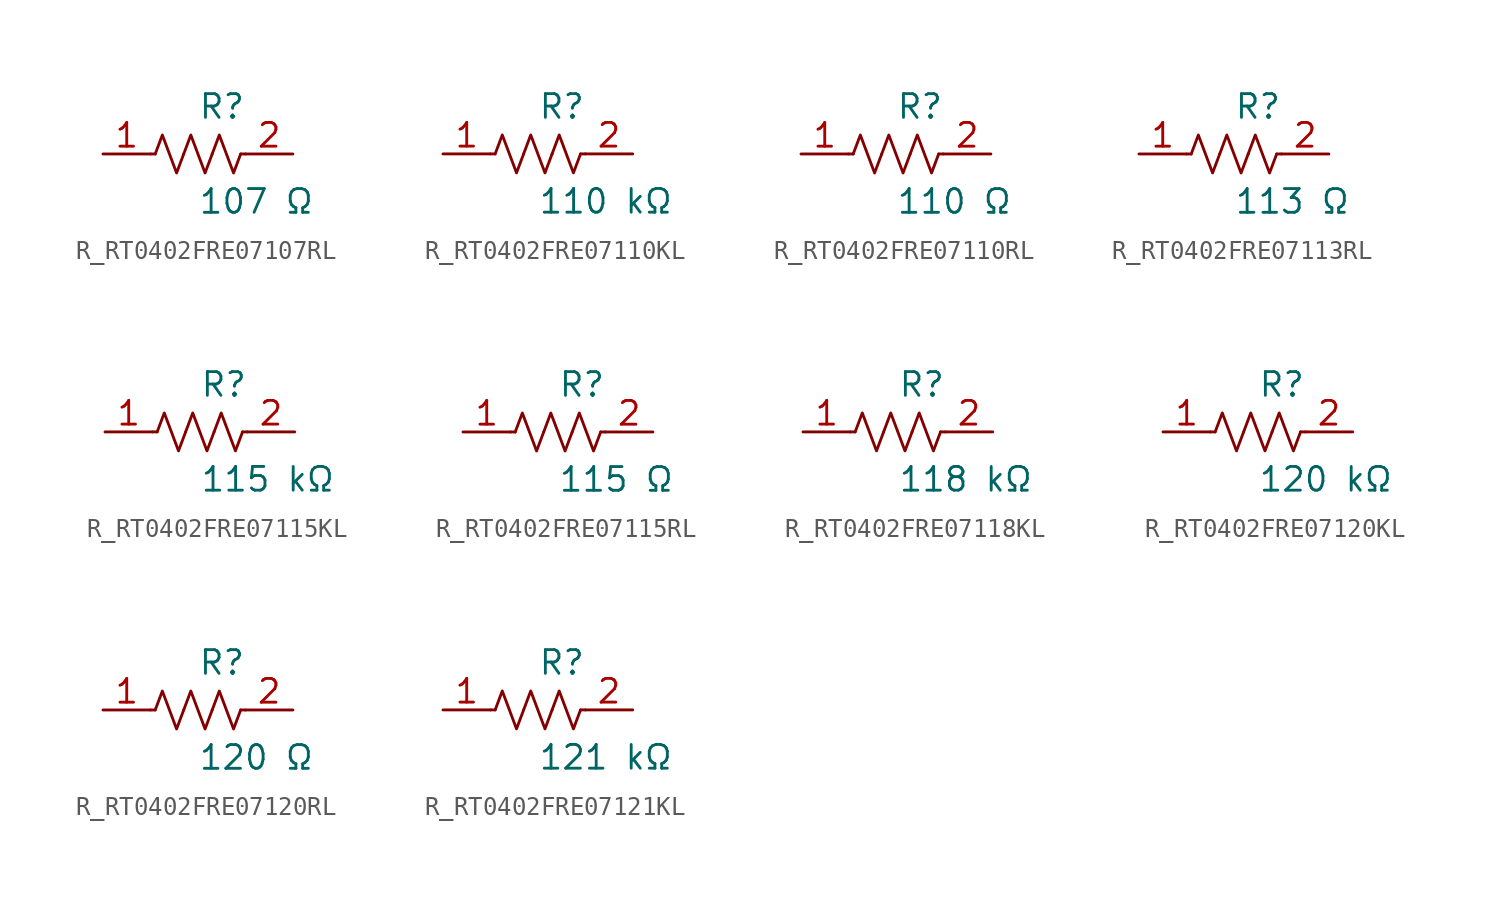
<source format=kicad_sym>
(kicad_symbol_lib
  (version 20231120)
  (generator kicad_symbol_editor)
  (generator_version 8.0)
  (symbol "R_RT0402FRE07107RL"
    (pin_names
      (offset 0.254))
    (property "Reference" "R"
      (at 0.0 2.54 0)
      (effects (font (size 1.27 1.27)) (justify left)))
    (property "Value" "107 Ω"
      (at 0.0 -2.54 0)
      (effects (font (size 1.27 1.27)) (justify left)))
    (symbol "R_RT0402FRE07107RL_0_1"
      (polyline (pts (xy 2.286 0) (xy 2.54 0)) (stroke (width 0) (type default)) (fill (type none)))
      (polyline (pts (xy -2.286 0) (xy -2.54 0)) (stroke (width 0) (type default)) (fill (type none)))
      (polyline (pts (xy 0.762 0) (xy 1.143 1.016) (xy 1.524 0) (xy 1.905 -1.016) (xy 2.286 0)) (stroke (width 0) (type default)) (fill (type none)))
      (polyline (pts (xy -0.762 0) (xy -0.381 1.016) (xy 0 0) (xy 0.381 -1.016) (xy 0.762 0)) (stroke (width 0) (type default)) (fill (type none)))
      (polyline (pts (xy -2.286 0) (xy -1.905 1.016) (xy -1.524 0) (xy -1.143 -1.016) (xy -0.762 0)) (stroke (width 0) (type default)) (fill (type none))))
    (pin unspecified line
      (at -5.08 0 0)
      (length 2.54)
      (name "" (effects (font (size 1.27 1.27))))
      (number "1" (effects (font (size 1.27 1.27)))))
    (pin unspecified line
      (at 5.08 0 180)
      (length 2.54)
      (name "" (effects (font (size 1.27 1.27))))
      (number "2" (effects (font (size 1.27 1.27))))))
  (symbol "R_RT0402FRE07110KL"
    (pin_names
      (offset 0.254))
    (property "Reference" "R"
      (at 0.0 2.54 0)
      (effects (font (size 1.27 1.27)) (justify left)))
    (property "Value" "110 kΩ"
      (at 0.0 -2.54 0)
      (effects (font (size 1.27 1.27)) (justify left)))
    (symbol "R_RT0402FRE07110KL_0_1"
      (polyline (pts (xy 2.286 0) (xy 2.54 0)) (stroke (width 0) (type default)) (fill (type none)))
      (polyline (pts (xy -2.286 0) (xy -2.54 0)) (stroke (width 0) (type default)) (fill (type none)))
      (polyline (pts (xy 0.762 0) (xy 1.143 1.016) (xy 1.524 0) (xy 1.905 -1.016) (xy 2.286 0)) (stroke (width 0) (type default)) (fill (type none)))
      (polyline (pts (xy -0.762 0) (xy -0.381 1.016) (xy 0 0) (xy 0.381 -1.016) (xy 0.762 0)) (stroke (width 0) (type default)) (fill (type none)))
      (polyline (pts (xy -2.286 0) (xy -1.905 1.016) (xy -1.524 0) (xy -1.143 -1.016) (xy -0.762 0)) (stroke (width 0) (type default)) (fill (type none))))
    (pin unspecified line
      (at -5.08 0 0)
      (length 2.54)
      (name "" (effects (font (size 1.27 1.27))))
      (number "1" (effects (font (size 1.27 1.27)))))
    (pin unspecified line
      (at 5.08 0 180)
      (length 2.54)
      (name "" (effects (font (size 1.27 1.27))))
      (number "2" (effects (font (size 1.27 1.27))))))
  (symbol "R_RT0402FRE07110RL"
    (pin_names
      (offset 0.254))
    (property "Reference" "R"
      (at 0.0 2.54 0)
      (effects (font (size 1.27 1.27)) (justify left)))
    (property "Value" "110 Ω"
      (at 0.0 -2.54 0)
      (effects (font (size 1.27 1.27)) (justify left)))
    (symbol "R_RT0402FRE07110RL_0_1"
      (polyline (pts (xy 2.286 0) (xy 2.54 0)) (stroke (width 0) (type default)) (fill (type none)))
      (polyline (pts (xy -2.286 0) (xy -2.54 0)) (stroke (width 0) (type default)) (fill (type none)))
      (polyline (pts (xy 0.762 0) (xy 1.143 1.016) (xy 1.524 0) (xy 1.905 -1.016) (xy 2.286 0)) (stroke (width 0) (type default)) (fill (type none)))
      (polyline (pts (xy -0.762 0) (xy -0.381 1.016) (xy 0 0) (xy 0.381 -1.016) (xy 0.762 0)) (stroke (width 0) (type default)) (fill (type none)))
      (polyline (pts (xy -2.286 0) (xy -1.905 1.016) (xy -1.524 0) (xy -1.143 -1.016) (xy -0.762 0)) (stroke (width 0) (type default)) (fill (type none))))
    (pin unspecified line
      (at -5.08 0 0)
      (length 2.54)
      (name "" (effects (font (size 1.27 1.27))))
      (number "1" (effects (font (size 1.27 1.27)))))
    (pin unspecified line
      (at 5.08 0 180)
      (length 2.54)
      (name "" (effects (font (size 1.27 1.27))))
      (number "2" (effects (font (size 1.27 1.27))))))
  (symbol "R_RT0402FRE07113RL"
    (pin_names
      (offset 0.254))
    (property "Reference" "R"
      (at 0.0 2.54 0)
      (effects (font (size 1.27 1.27)) (justify left)))
    (property "Value" "113 Ω"
      (at 0.0 -2.54 0)
      (effects (font (size 1.27 1.27)) (justify left)))
    (symbol "R_RT0402FRE07113RL_0_1"
      (polyline (pts (xy 2.286 0) (xy 2.54 0)) (stroke (width 0) (type default)) (fill (type none)))
      (polyline (pts (xy -2.286 0) (xy -2.54 0)) (stroke (width 0) (type default)) (fill (type none)))
      (polyline (pts (xy 0.762 0) (xy 1.143 1.016) (xy 1.524 0) (xy 1.905 -1.016) (xy 2.286 0)) (stroke (width 0) (type default)) (fill (type none)))
      (polyline (pts (xy -0.762 0) (xy -0.381 1.016) (xy 0 0) (xy 0.381 -1.016) (xy 0.762 0)) (stroke (width 0) (type default)) (fill (type none)))
      (polyline (pts (xy -2.286 0) (xy -1.905 1.016) (xy -1.524 0) (xy -1.143 -1.016) (xy -0.762 0)) (stroke (width 0) (type default)) (fill (type none))))
    (pin unspecified line
      (at -5.08 0 0)
      (length 2.54)
      (name "" (effects (font (size 1.27 1.27))))
      (number "1" (effects (font (size 1.27 1.27)))))
    (pin unspecified line
      (at 5.08 0 180)
      (length 2.54)
      (name "" (effects (font (size 1.27 1.27))))
      (number "2" (effects (font (size 1.27 1.27))))))
  (symbol "R_RT0402FRE07115KL"
    (pin_names
      (offset 0.254))
    (property "Reference" "R"
      (at 0.0 2.54 0)
      (effects (font (size 1.27 1.27)) (justify left)))
    (property "Value" "115 kΩ"
      (at 0.0 -2.54 0)
      (effects (font (size 1.27 1.27)) (justify left)))
    (symbol "R_RT0402FRE07115KL_0_1"
      (polyline (pts (xy 2.286 0) (xy 2.54 0)) (stroke (width 0) (type default)) (fill (type none)))
      (polyline (pts (xy -2.286 0) (xy -2.54 0)) (stroke (width 0) (type default)) (fill (type none)))
      (polyline (pts (xy 0.762 0) (xy 1.143 1.016) (xy 1.524 0) (xy 1.905 -1.016) (xy 2.286 0)) (stroke (width 0) (type default)) (fill (type none)))
      (polyline (pts (xy -0.762 0) (xy -0.381 1.016) (xy 0 0) (xy 0.381 -1.016) (xy 0.762 0)) (stroke (width 0) (type default)) (fill (type none)))
      (polyline (pts (xy -2.286 0) (xy -1.905 1.016) (xy -1.524 0) (xy -1.143 -1.016) (xy -0.762 0)) (stroke (width 0) (type default)) (fill (type none))))
    (pin unspecified line
      (at -5.08 0 0)
      (length 2.54)
      (name "" (effects (font (size 1.27 1.27))))
      (number "1" (effects (font (size 1.27 1.27)))))
    (pin unspecified line
      (at 5.08 0 180)
      (length 2.54)
      (name "" (effects (font (size 1.27 1.27))))
      (number "2" (effects (font (size 1.27 1.27))))))
  (symbol "R_RT0402FRE07115RL"
    (pin_names
      (offset 0.254))
    (property "Reference" "R"
      (at 0.0 2.54 0)
      (effects (font (size 1.27 1.27)) (justify left)))
    (property "Value" "115 Ω"
      (at 0.0 -2.54 0)
      (effects (font (size 1.27 1.27)) (justify left)))
    (symbol "R_RT0402FRE07115RL_0_1"
      (polyline (pts (xy 2.286 0) (xy 2.54 0)) (stroke (width 0) (type default)) (fill (type none)))
      (polyline (pts (xy -2.286 0) (xy -2.54 0)) (stroke (width 0) (type default)) (fill (type none)))
      (polyline (pts (xy 0.762 0) (xy 1.143 1.016) (xy 1.524 0) (xy 1.905 -1.016) (xy 2.286 0)) (stroke (width 0) (type default)) (fill (type none)))
      (polyline (pts (xy -0.762 0) (xy -0.381 1.016) (xy 0 0) (xy 0.381 -1.016) (xy 0.762 0)) (stroke (width 0) (type default)) (fill (type none)))
      (polyline (pts (xy -2.286 0) (xy -1.905 1.016) (xy -1.524 0) (xy -1.143 -1.016) (xy -0.762 0)) (stroke (width 0) (type default)) (fill (type none))))
    (pin unspecified line
      (at -5.08 0 0)
      (length 2.54)
      (name "" (effects (font (size 1.27 1.27))))
      (number "1" (effects (font (size 1.27 1.27)))))
    (pin unspecified line
      (at 5.08 0 180)
      (length 2.54)
      (name "" (effects (font (size 1.27 1.27))))
      (number "2" (effects (font (size 1.27 1.27))))))
  (symbol "R_RT0402FRE07118KL"
    (pin_names
      (offset 0.254))
    (property "Reference" "R"
      (at 0.0 2.54 0)
      (effects (font (size 1.27 1.27)) (justify left)))
    (property "Value" "118 kΩ"
      (at 0.0 -2.54 0)
      (effects (font (size 1.27 1.27)) (justify left)))
    (symbol "R_RT0402FRE07118KL_0_1"
      (polyline (pts (xy 2.286 0) (xy 2.54 0)) (stroke (width 0) (type default)) (fill (type none)))
      (polyline (pts (xy -2.286 0) (xy -2.54 0)) (stroke (width 0) (type default)) (fill (type none)))
      (polyline (pts (xy 0.762 0) (xy 1.143 1.016) (xy 1.524 0) (xy 1.905 -1.016) (xy 2.286 0)) (stroke (width 0) (type default)) (fill (type none)))
      (polyline (pts (xy -0.762 0) (xy -0.381 1.016) (xy 0 0) (xy 0.381 -1.016) (xy 0.762 0)) (stroke (width 0) (type default)) (fill (type none)))
      (polyline (pts (xy -2.286 0) (xy -1.905 1.016) (xy -1.524 0) (xy -1.143 -1.016) (xy -0.762 0)) (stroke (width 0) (type default)) (fill (type none))))
    (pin unspecified line
      (at -5.08 0 0)
      (length 2.54)
      (name "" (effects (font (size 1.27 1.27))))
      (number "1" (effects (font (size 1.27 1.27)))))
    (pin unspecified line
      (at 5.08 0 180)
      (length 2.54)
      (name "" (effects (font (size 1.27 1.27))))
      (number "2" (effects (font (size 1.27 1.27))))))
  (symbol "R_RT0402FRE07120KL"
    (pin_names
      (offset 0.254))
    (property "Reference" "R"
      (at 0.0 2.54 0)
      (effects (font (size 1.27 1.27)) (justify left)))
    (property "Value" "120 kΩ"
      (at 0.0 -2.54 0)
      (effects (font (size 1.27 1.27)) (justify left)))
    (symbol "R_RT0402FRE07120KL_0_1"
      (polyline (pts (xy 2.286 0) (xy 2.54 0)) (stroke (width 0) (type default)) (fill (type none)))
      (polyline (pts (xy -2.286 0) (xy -2.54 0)) (stroke (width 0) (type default)) (fill (type none)))
      (polyline (pts (xy 0.762 0) (xy 1.143 1.016) (xy 1.524 0) (xy 1.905 -1.016) (xy 2.286 0)) (stroke (width 0) (type default)) (fill (type none)))
      (polyline (pts (xy -0.762 0) (xy -0.381 1.016) (xy 0 0) (xy 0.381 -1.016) (xy 0.762 0)) (stroke (width 0) (type default)) (fill (type none)))
      (polyline (pts (xy -2.286 0) (xy -1.905 1.016) (xy -1.524 0) (xy -1.143 -1.016) (xy -0.762 0)) (stroke (width 0) (type default)) (fill (type none))))
    (pin unspecified line
      (at -5.08 0 0)
      (length 2.54)
      (name "" (effects (font (size 1.27 1.27))))
      (number "1" (effects (font (size 1.27 1.27)))))
    (pin unspecified line
      (at 5.08 0 180)
      (length 2.54)
      (name "" (effects (font (size 1.27 1.27))))
      (number "2" (effects (font (size 1.27 1.27))))))
  (symbol "R_RT0402FRE07120RL"
    (pin_names
      (offset 0.254))
    (property "Reference" "R"
      (at 0.0 2.54 0)
      (effects (font (size 1.27 1.27)) (justify left)))
    (property "Value" "120 Ω"
      (at 0.0 -2.54 0)
      (effects (font (size 1.27 1.27)) (justify left)))
    (symbol "R_RT0402FRE07120RL_0_1"
      (polyline (pts (xy 2.286 0) (xy 2.54 0)) (stroke (width 0) (type default)) (fill (type none)))
      (polyline (pts (xy -2.286 0) (xy -2.54 0)) (stroke (width 0) (type default)) (fill (type none)))
      (polyline (pts (xy 0.762 0) (xy 1.143 1.016) (xy 1.524 0) (xy 1.905 -1.016) (xy 2.286 0)) (stroke (width 0) (type default)) (fill (type none)))
      (polyline (pts (xy -0.762 0) (xy -0.381 1.016) (xy 0 0) (xy 0.381 -1.016) (xy 0.762 0)) (stroke (width 0) (type default)) (fill (type none)))
      (polyline (pts (xy -2.286 0) (xy -1.905 1.016) (xy -1.524 0) (xy -1.143 -1.016) (xy -0.762 0)) (stroke (width 0) (type default)) (fill (type none))))
    (pin unspecified line
      (at -5.08 0 0)
      (length 2.54)
      (name "" (effects (font (size 1.27 1.27))))
      (number "1" (effects (font (size 1.27 1.27)))))
    (pin unspecified line
      (at 5.08 0 180)
      (length 2.54)
      (name "" (effects (font (size 1.27 1.27))))
      (number "2" (effects (font (size 1.27 1.27))))))
  (symbol "R_RT0402FRE07121KL"
    (pin_names
      (offset 0.254))
    (property "Reference" "R"
      (at 0.0 2.54 0)
      (effects (font (size 1.27 1.27)) (justify left)))
    (property "Value" "121 kΩ"
      (at 0.0 -2.54 0)
      (effects (font (size 1.27 1.27)) (justify left)))
    (symbol "R_RT0402FRE07121KL_0_1"
      (polyline (pts (xy 2.286 0) (xy 2.54 0)) (stroke (width 0) (type default)) (fill (type none)))
      (polyline (pts (xy -2.286 0) (xy -2.54 0)) (stroke (width 0) (type default)) (fill (type none)))
      (polyline (pts (xy 0.762 0) (xy 1.143 1.016) (xy 1.524 0) (xy 1.905 -1.016) (xy 2.286 0)) (stroke (width 0) (type default)) (fill (type none)))
      (polyline (pts (xy -0.762 0) (xy -0.381 1.016) (xy 0 0) (xy 0.381 -1.016) (xy 0.762 0)) (stroke (width 0) (type default)) (fill (type none)))
      (polyline (pts (xy -2.286 0) (xy -1.905 1.016) (xy -1.524 0) (xy -1.143 -1.016) (xy -0.762 0)) (stroke (width 0) (type default)) (fill (type none))))
    (pin unspecified line
      (at -5.08 0 0)
      (length 2.54)
      (name "" (effects (font (size 1.27 1.27))))
      (number "1" (effects (font (size 1.27 1.27)))))
    (pin unspecified line
      (at 5.08 0 180)
      (length 2.54)
      (name "" (effects (font (size 1.27 1.27))))
      (number "2" (effects (font (size 1.27 1.27)))))))
</source>
